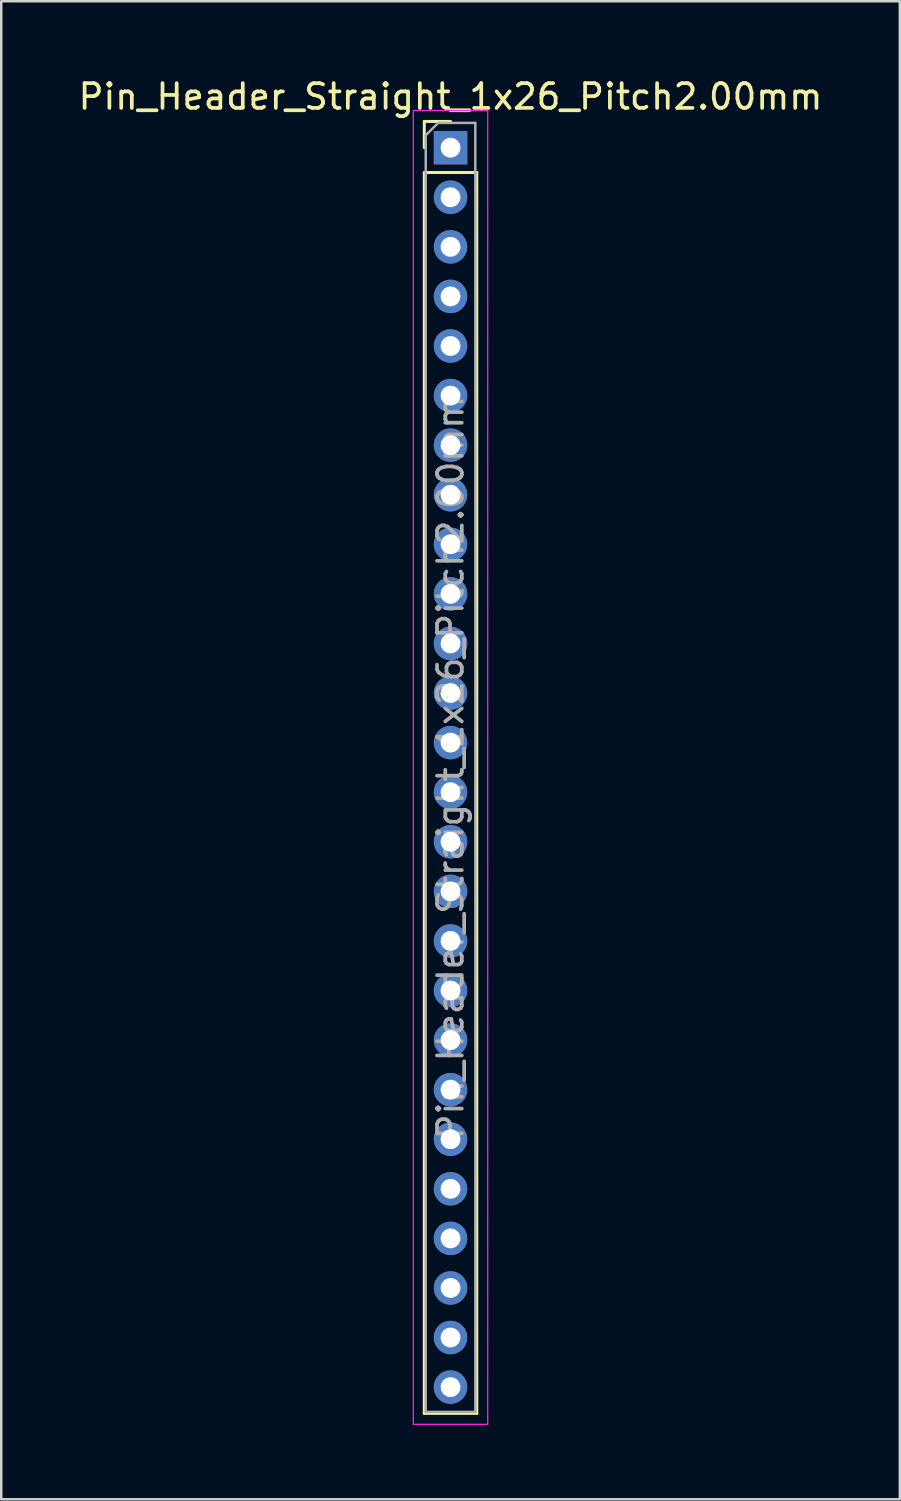
<source format=kicad_pcb>
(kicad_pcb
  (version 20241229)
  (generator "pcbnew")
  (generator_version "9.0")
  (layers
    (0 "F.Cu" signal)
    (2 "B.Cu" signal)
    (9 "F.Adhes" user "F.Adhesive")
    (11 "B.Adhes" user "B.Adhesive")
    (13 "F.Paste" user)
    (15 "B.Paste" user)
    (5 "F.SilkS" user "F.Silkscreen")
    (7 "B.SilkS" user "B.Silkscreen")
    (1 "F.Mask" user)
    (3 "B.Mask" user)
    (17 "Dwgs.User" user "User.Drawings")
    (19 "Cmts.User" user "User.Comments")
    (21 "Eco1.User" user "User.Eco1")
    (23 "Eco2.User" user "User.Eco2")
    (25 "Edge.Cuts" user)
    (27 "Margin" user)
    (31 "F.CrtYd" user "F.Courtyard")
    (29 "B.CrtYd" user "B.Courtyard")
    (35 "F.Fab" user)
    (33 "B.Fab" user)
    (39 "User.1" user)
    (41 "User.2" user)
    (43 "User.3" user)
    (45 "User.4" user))
  (footprint "Pin_Header_Straight_1x26_Pitch2.00mm"
    (layer "F.Cu")
    (at 15.125 2.908)
    (property "Reference" "Pin_Header_Straight_1x26_Pitch2.00mm" (at 0 -2.06 0) (layer "F.SilkS") (effects (font (size 1 1) (thickness 0.15))))
    (attr through_hole)
    (fp_line (start -1.06 -1.06) (end 0 -1.06) (stroke (width 0.12) (type solid)) (layer "F.SilkS"))
    (fp_line (start -1.06 0) (end -1.06 -1.06) (stroke (width 0.12) (type solid)) (layer "F.SilkS"))
    (fp_line (start -1.06 1) (end -1.06 51.06) (stroke (width 0.12) (type solid)) (layer "F.SilkS"))
    (fp_line (start -1.06 1) (end 1.06 1) (stroke (width 0.12) (type solid)) (layer "F.SilkS"))
    (fp_line (start -1.06 51.06) (end 1.06 51.06) (stroke (width 0.12) (type solid)) (layer "F.SilkS"))
    (fp_line (start 1.06 1) (end 1.06 51.06) (stroke (width 0.12) (type solid)) (layer "F.SilkS"))
    (fp_line (start -1.5 -1.5) (end -1.5 51.5) (stroke (width 0.05) (type solid)) (layer "F.CrtYd"))
    (fp_line (start -1.5 51.5) (end 1.5 51.5) (stroke (width 0.05) (type solid)) (layer "F.CrtYd"))
    (fp_line (start 1.5 -1.5) (end -1.5 -1.5) (stroke (width 0.05) (type solid)) (layer "F.CrtYd"))
    (fp_line (start 1.5 51.5) (end 1.5 -1.5) (stroke (width 0.05) (type solid)) (layer "F.CrtYd"))
    (fp_line (start -1 -0.5) (end -0.5 -1) (stroke (width 0.1) (type solid)) (layer "F.Fab"))
    (fp_line (start -1 51) (end -1 -0.5) (stroke (width 0.1) (type solid)) (layer "F.Fab"))
    (fp_line (start -0.5 -1) (end 1 -1) (stroke (width 0.1) (type solid)) (layer "F.Fab"))
    (fp_line (start 1 -1) (end 1 51) (stroke (width 0.1) (type solid)) (layer "F.Fab"))
    (fp_line (start 1 51) (end -1 51) (stroke (width 0.1) (type solid)) (layer "F.Fab"))
    (fp_text user "${REFERENCE}" (at 0 25 90) (layer "F.Fab") (effects (font (size 1 1) (thickness 0.15))))
    (pad "1" thru_hole rect (at 0 0) (size 1.35 1.35) (drill 0.8) (layers "*.Cu" "*.Mask"))
    (pad "2" thru_hole oval (at 0 2) (size 1.35 1.35) (drill 0.8) (layers "*.Cu" "*.Mask"))
    (pad "3" thru_hole oval (at 0 4) (size 1.35 1.35) (drill 0.8) (layers "*.Cu" "*.Mask"))
    (pad "4" thru_hole oval (at 0 6) (size 1.35 1.35) (drill 0.8) (layers "*.Cu" "*.Mask"))
    (pad "5" thru_hole oval (at 0 8) (size 1.35 1.35) (drill 0.8) (layers "*.Cu" "*.Mask"))
    (pad "6" thru_hole oval (at 0 10) (size 1.35 1.35) (drill 0.8) (layers "*.Cu" "*.Mask"))
    (pad "7" thru_hole oval (at 0 12) (size 1.35 1.35) (drill 0.8) (layers "*.Cu" "*.Mask"))
    (pad "8" thru_hole oval (at 0 14) (size 1.35 1.35) (drill 0.8) (layers "*.Cu" "*.Mask"))
    (pad "9" thru_hole oval (at 0 16) (size 1.35 1.35) (drill 0.8) (layers "*.Cu" "*.Mask"))
    (pad "10" thru_hole oval (at 0 18) (size 1.35 1.35) (drill 0.8) (layers "*.Cu" "*.Mask"))
    (pad "11" thru_hole oval (at 0 20) (size 1.35 1.35) (drill 0.8) (layers "*.Cu" "*.Mask"))
    (pad "12" thru_hole oval (at 0 22) (size 1.35 1.35) (drill 0.8) (layers "*.Cu" "*.Mask"))
    (pad "13" thru_hole oval (at 0 24) (size 1.35 1.35) (drill 0.8) (layers "*.Cu" "*.Mask"))
    (pad "14" thru_hole oval (at 0 26) (size 1.35 1.35) (drill 0.8) (layers "*.Cu" "*.Mask"))
    (pad "15" thru_hole oval (at 0 28) (size 1.35 1.35) (drill 0.8) (layers "*.Cu" "*.Mask"))
    (pad "16" thru_hole oval (at 0 30) (size 1.35 1.35) (drill 0.8) (layers "*.Cu" "*.Mask"))
    (pad "17" thru_hole oval (at 0 32) (size 1.35 1.35) (drill 0.8) (layers "*.Cu" "*.Mask"))
    (pad "18" thru_hole oval (at 0 34) (size 1.35 1.35) (drill 0.8) (layers "*.Cu" "*.Mask"))
    (pad "19" thru_hole oval (at 0 36) (size 1.35 1.35) (drill 0.8) (layers "*.Cu" "*.Mask"))
    (pad "20" thru_hole oval (at 0 38) (size 1.35 1.35) (drill 0.8) (layers "*.Cu" "*.Mask"))
    (pad "21" thru_hole oval (at 0 40) (size 1.35 1.35) (drill 0.8) (layers "*.Cu" "*.Mask"))
    (pad "22" thru_hole oval (at 0 42) (size 1.35 1.35) (drill 0.8) (layers "*.Cu" "*.Mask"))
    (pad "23" thru_hole oval (at 0 44) (size 1.35 1.35) (drill 0.8) (layers "*.Cu" "*.Mask"))
    (pad "24" thru_hole oval (at 0 46) (size 1.35 1.35) (drill 0.8) (layers "*.Cu" "*.Mask"))
    (pad "25" thru_hole oval (at 0 48) (size 1.35 1.35) (drill 0.8) (layers "*.Cu" "*.Mask"))
    (pad "26" thru_hole oval (at 0 50) (size 1.35 1.35) (drill 0.8) (layers "*.Cu" "*.Mask")))
  (gr_rect
    (start -3 -3)
    (end 33.25 57.433)
    (stroke (width 0.1) (type default))
    (fill no)
    (layer "Edge.Cuts")))
</source>
